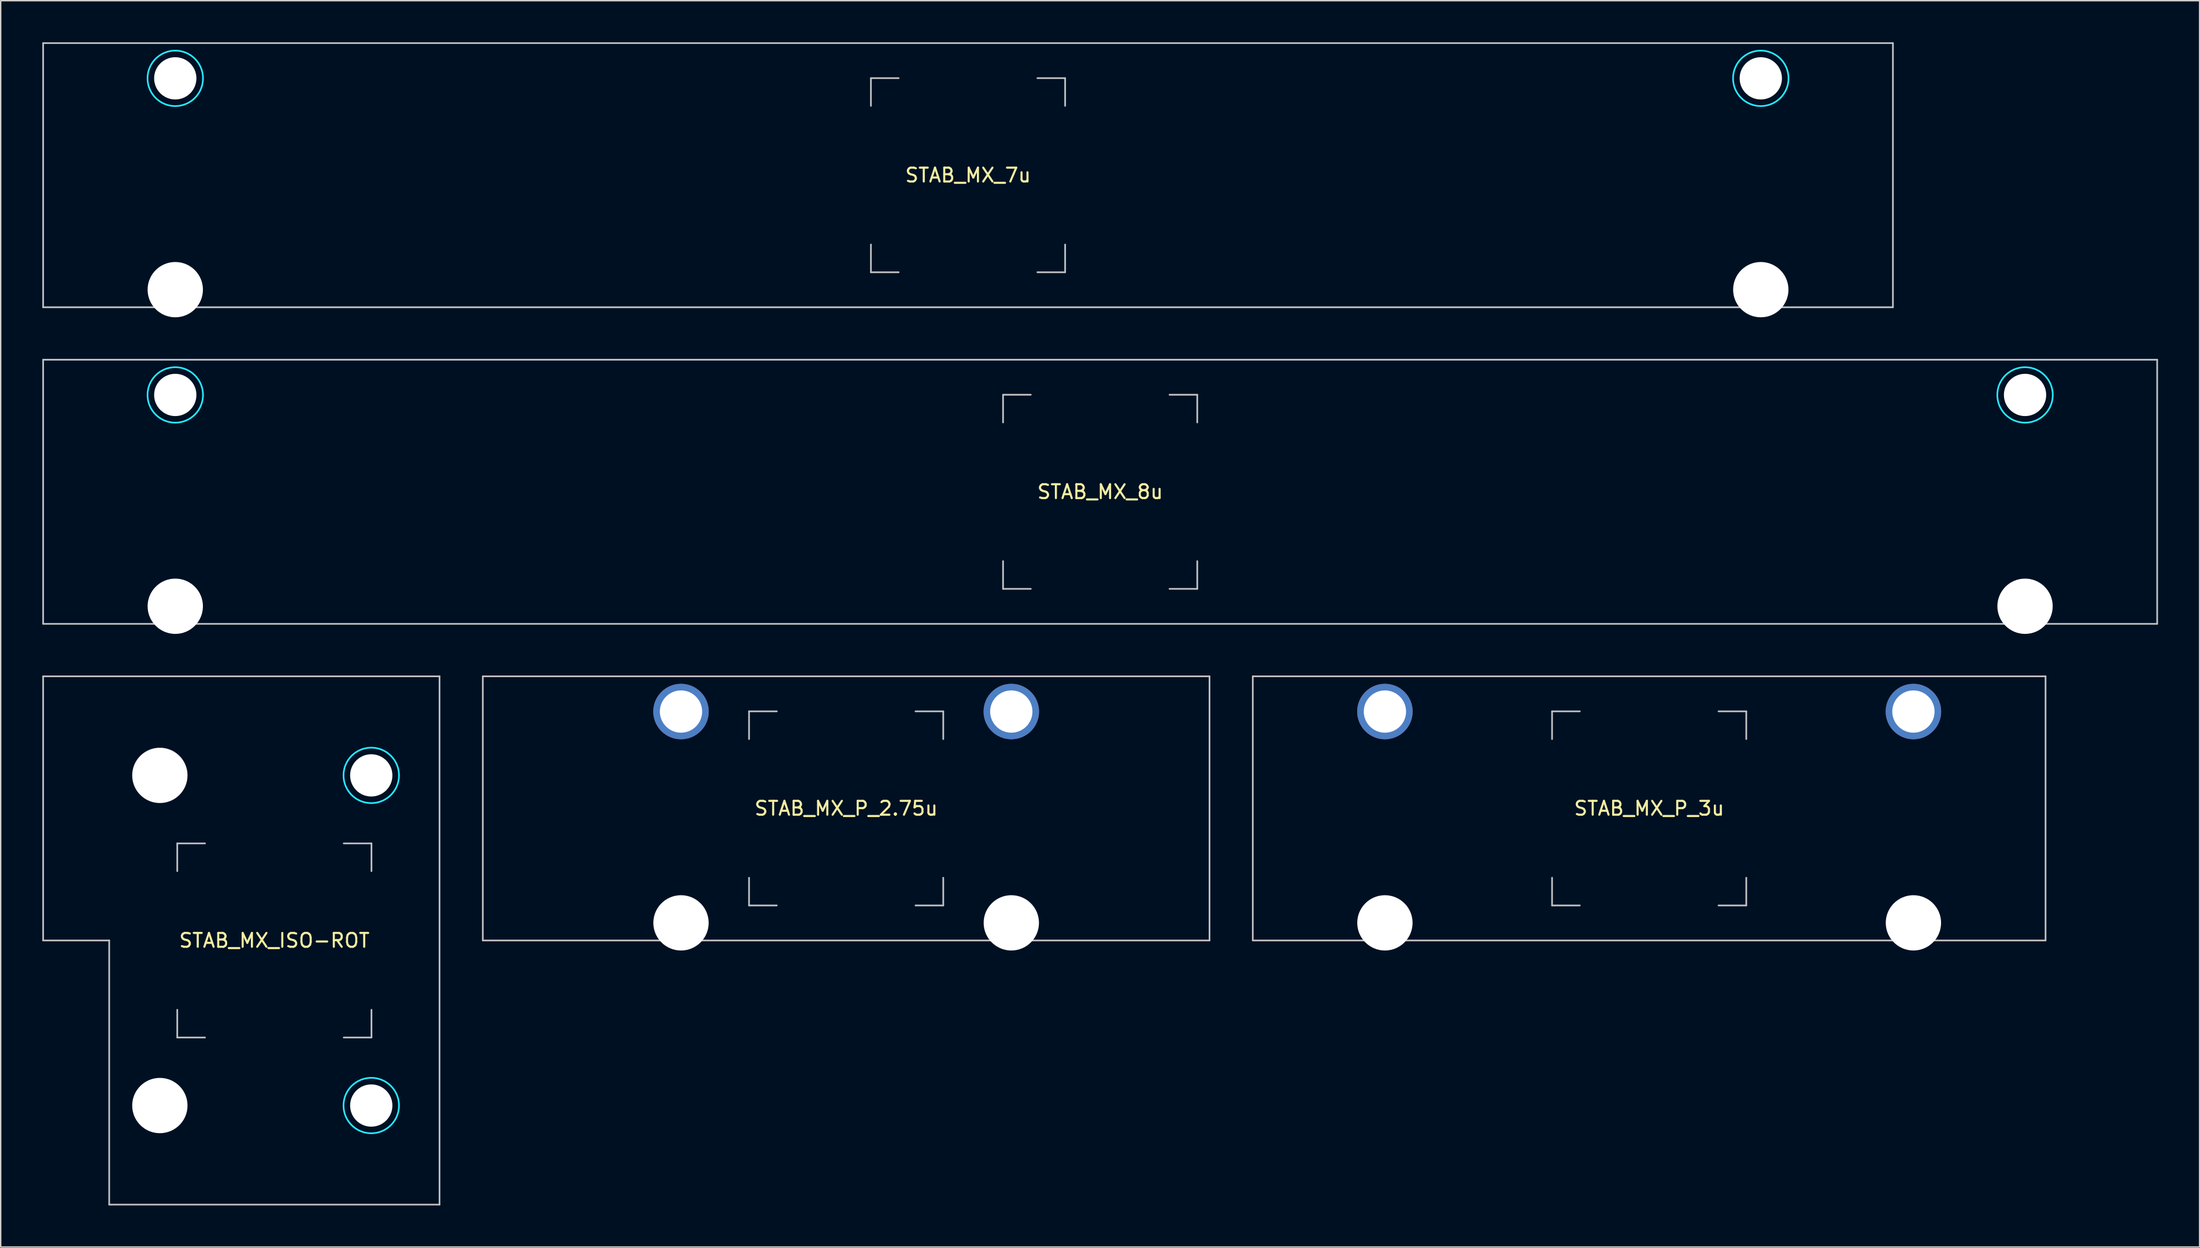
<source format=kicad_pcb>
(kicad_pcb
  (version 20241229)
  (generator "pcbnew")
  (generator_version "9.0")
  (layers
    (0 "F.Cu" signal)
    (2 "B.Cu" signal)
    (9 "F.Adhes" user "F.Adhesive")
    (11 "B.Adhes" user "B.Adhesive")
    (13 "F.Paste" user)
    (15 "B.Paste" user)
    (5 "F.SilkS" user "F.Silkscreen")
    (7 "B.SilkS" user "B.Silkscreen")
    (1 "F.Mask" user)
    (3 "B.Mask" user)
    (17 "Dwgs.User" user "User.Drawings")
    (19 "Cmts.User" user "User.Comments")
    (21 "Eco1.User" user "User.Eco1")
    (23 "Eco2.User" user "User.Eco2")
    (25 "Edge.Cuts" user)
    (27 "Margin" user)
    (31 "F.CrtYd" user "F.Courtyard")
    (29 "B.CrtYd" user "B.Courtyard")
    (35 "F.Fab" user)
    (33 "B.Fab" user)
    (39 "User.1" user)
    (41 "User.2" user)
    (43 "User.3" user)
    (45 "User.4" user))
  (footprint "STAB_MX_P_3u"
    (layer "F.Cu")
    (at 115.838 55.253)
    (property "Reference" "STAB_MX_P_3u" (at 0 0 0) (layer "F.SilkS") (effects (font (size 1 1) (thickness 0.15))))
    (attr through_hole exclude_from_pos_files exclude_from_bom)
    (fp_line (start -28.575 -9.525) (end -28.575 9.525) (stroke (width 0.12) (type solid)) (layer "Dwgs.User"))
    (fp_line (start -28.575 -9.525) (end 28.575 -9.525) (stroke (width 0.12) (type solid)) (layer "Dwgs.User"))
    (fp_line (start -28.575 9.525) (end 28.575 9.525) (stroke (width 0.12) (type solid)) (layer "Dwgs.User"))
    (fp_line (start -7 -7) (end -5 -7) (stroke (width 0.12) (type solid)) (layer "Dwgs.User"))
    (fp_line (start -7 -5) (end -7 -7) (stroke (width 0.12) (type solid)) (layer "Dwgs.User"))
    (fp_line (start -7 7) (end -7 5) (stroke (width 0.12) (type solid)) (layer "Dwgs.User"))
    (fp_line (start -5 7) (end -7 7) (stroke (width 0.12) (type solid)) (layer "Dwgs.User"))
    (fp_line (start 5 -7) (end 7 -7) (stroke (width 0.12) (type solid)) (layer "Dwgs.User"))
    (fp_line (start 5 7) (end 7 7) (stroke (width 0.12) (type solid)) (layer "Dwgs.User"))
    (fp_line (start 7 -7) (end 7 -5) (stroke (width 0.12) (type solid)) (layer "Dwgs.User"))
    (fp_line (start 7 7) (end 7 5) (stroke (width 0.12) (type solid)) (layer "Dwgs.User"))
    (fp_line (start 28.575 -9.525) (end 28.575 9.525) (stroke (width 0.12) (type solid)) (layer "Dwgs.User"))
    (fp_line (start -22.425 -5.5) (end -22.425 7.5) (stroke (width 0.05) (type solid)) (layer "Eco2.User"))
    (fp_line (start -21.925 -6) (end -16.175 -6) (stroke (width 0.05) (type solid)) (layer "Eco2.User"))
    (fp_line (start -21.925 8) (end -16.175 8) (stroke (width 0.05) (type solid)) (layer "Eco2.User"))
    (fp_line (start -15.675 -5.5) (end -15.675 7.5) (stroke (width 0.05) (type solid)) (layer "Eco2.User"))
    (fp_line (start 15.675 -5.5) (end 15.675 7.5) (stroke (width 0.05) (type solid)) (layer "Eco2.User"))
    (fp_line (start 16.175 -6) (end 21.924 -6) (stroke (width 0.05) (type solid)) (layer "Eco2.User"))
    (fp_line (start 16.175 8) (end 21.925 8) (stroke (width 0.05) (type solid)) (layer "Eco2.User"))
    (fp_line (start 22.424 -5.5) (end 22.425 7.5) (stroke (width 0.05) (type solid)) (layer "Eco2.User"))
    (fp_arc (start -22.425 -5.499999) (mid -22.278553 -5.853552) (end -21.925 -5.999999) (stroke (width 0.05) (type solid)) (layer "Eco2.User"))
    (fp_arc (start -21.925 8.000001) (mid -22.278553 7.853554) (end -22.425 7.500001) (stroke (width 0.05) (type solid)) (layer "Eco2.User"))
    (fp_arc (start -16.175 -5.999999) (mid -15.821447 -5.853552) (end -15.675 -5.499999) (stroke (width 0.05) (type solid)) (layer "Eco2.User"))
    (fp_arc (start -15.675 7.500001) (mid -15.821447 7.853554) (end -16.175 8.000001) (stroke (width 0.05) (type solid)) (layer "Eco2.User"))
    (fp_arc (start 15.675 -5.499999) (mid 15.821447 -5.853552) (end 16.175 -5.999999) (stroke (width 0.05) (type solid)) (layer "Eco2.User"))
    (fp_arc (start 16.175 8.000001) (mid 15.821447 7.853554) (end 15.675 7.500001) (stroke (width 0.05) (type solid)) (layer "Eco2.User"))
    (fp_arc (start 21.923789 -5.999999) (mid 22.277342 -5.853552) (end 22.423789 -5.499999) (stroke (width 0.05) (type solid)) (layer "Eco2.User"))
    (fp_arc (start 22.425 7.500001) (mid 22.278553 7.853554) (end 21.925 8.000001) (stroke (width 0.05) (type solid)) (layer "Eco2.User"))
    (pad "" thru_hole circle (at -19.05 -6.985) (size 4 4) (drill 3.048) (layers "*.Cu" "B.Mask"))
    (pad "" np_thru_hole circle (at -19.05 8.255) (size 3.988 3.988) (drill 3.988) (layers "*.Cu" "*.Mask"))
    (pad "" thru_hole circle (at 19.05 -6.985) (size 4 4) (drill 3.048) (layers "*.Cu" "B.Mask"))
    (pad "" np_thru_hole circle (at 19.05 8.255) (size 3.988 3.988) (drill 3.988) (layers "*.Cu" "*.Mask")))
  (footprint "STAB_MX_P_2.75u"
    (layer "F.Cu")
    (at 57.949 55.253)
    (property "Reference" "STAB_MX_P_2.75u" (at 0 0 0) (layer "F.SilkS") (effects (font (size 1 1) (thickness 0.15))))
    (attr through_hole exclude_from_pos_files exclude_from_bom)
    (fp_line (start -26.194 -9.525) (end -26.194 9.525) (stroke (width 0.12) (type solid)) (layer "Dwgs.User"))
    (fp_line (start -26.194 -9.525) (end 26.194 -9.525) (stroke (width 0.12) (type solid)) (layer "Dwgs.User"))
    (fp_line (start -26.194 9.525) (end 26.194 9.525) (stroke (width 0.12) (type solid)) (layer "Dwgs.User"))
    (fp_line (start -7 -7) (end -5 -7) (stroke (width 0.12) (type solid)) (layer "Dwgs.User"))
    (fp_line (start -7 -5) (end -7 -7) (stroke (width 0.12) (type solid)) (layer "Dwgs.User"))
    (fp_line (start -7 7) (end -7 5) (stroke (width 0.12) (type solid)) (layer "Dwgs.User"))
    (fp_line (start -5 7) (end -7 7) (stroke (width 0.12) (type solid)) (layer "Dwgs.User"))
    (fp_line (start 5 -7) (end 7 -7) (stroke (width 0.12) (type solid)) (layer "Dwgs.User"))
    (fp_line (start 5 7) (end 7 7) (stroke (width 0.12) (type solid)) (layer "Dwgs.User"))
    (fp_line (start 7 -7) (end 7 -5) (stroke (width 0.12) (type solid)) (layer "Dwgs.User"))
    (fp_line (start 7 7) (end 7 5) (stroke (width 0.12) (type solid)) (layer "Dwgs.User"))
    (fp_line (start 26.194 -9.525) (end 26.194 9.525) (stroke (width 0.12) (type solid)) (layer "Dwgs.User"))
    (fp_line (start -15.281 -5.5) (end -15.281 7.5) (stroke (width 0.05) (type solid)) (layer "Eco2.User"))
    (fp_line (start -14.781 -6) (end -9.031 -6) (stroke (width 0.05) (type solid)) (layer "Eco2.User"))
    (fp_line (start -14.781 8) (end -9.031 8) (stroke (width 0.05) (type solid)) (layer "Eco2.User"))
    (fp_line (start -8.531 -5.5) (end -8.531 7.5) (stroke (width 0.05) (type solid)) (layer "Eco2.User"))
    (fp_line (start 8.531 -5.5) (end 8.531 7.5) (stroke (width 0.05) (type solid)) (layer "Eco2.User"))
    (fp_line (start 9.031 -6) (end 14.78 -6) (stroke (width 0.05) (type solid)) (layer "Eco2.User"))
    (fp_line (start 9.031 8) (end 14.781 8) (stroke (width 0.05) (type solid)) (layer "Eco2.User"))
    (fp_line (start 15.28 -5.5) (end 15.281 7.5) (stroke (width 0.05) (type solid)) (layer "Eco2.User"))
    (fp_arc (start -15.28125 -5.499999) (mid -15.134803 -5.853552) (end -14.78125 -5.999999) (stroke (width 0.05) (type solid)) (layer "Eco2.User"))
    (fp_arc (start -14.78125 8.000001) (mid -15.134803 7.853554) (end -15.28125 7.500001) (stroke (width 0.05) (type solid)) (layer "Eco2.User"))
    (fp_arc (start -9.03125 -5.999999) (mid -8.677697 -5.853552) (end -8.53125 -5.499999) (stroke (width 0.05) (type solid)) (layer "Eco2.User"))
    (fp_arc (start -8.53125 7.500001) (mid -8.677697 7.853554) (end -9.03125 8.000001) (stroke (width 0.05) (type solid)) (layer "Eco2.User"))
    (fp_arc (start 8.53125 -5.499999) (mid 8.677697 -5.853552) (end 9.03125 -5.999999) (stroke (width 0.05) (type solid)) (layer "Eco2.User"))
    (fp_arc (start 9.03125 8.000001) (mid 8.677697 7.853554) (end 8.53125 7.500001) (stroke (width 0.05) (type solid)) (layer "Eco2.User"))
    (fp_arc (start 14.780039 -5.999999) (mid 15.133592 -5.853552) (end 15.280039 -5.499999) (stroke (width 0.05) (type solid)) (layer "Eco2.User"))
    (fp_arc (start 15.28125 7.500001) (mid 15.134803 7.853554) (end 14.78125 8.000001) (stroke (width 0.05) (type solid)) (layer "Eco2.User"))
    (pad "" thru_hole circle (at -11.906 -6.985) (size 4 4) (drill 3.048) (layers "*.Cu" "B.Mask"))
    (pad "" np_thru_hole circle (at -11.906 8.255) (size 3.988 3.988) (drill 3.988) (layers "*.Cu" "*.Mask"))
    (pad "" thru_hole circle (at 11.906 -6.985) (size 4 4) (drill 3.048) (layers "*.Cu" "B.Mask"))
    (pad "" np_thru_hole circle (at 11.906 8.255) (size 3.988 3.988) (drill 3.988) (layers "*.Cu" "*.Mask")))
  (footprint "STAB_MX_ISO-ROT"
    (layer "F.Cu")
    (at 16.729 64.778)
    (property "Reference" "STAB_MX_ISO-ROT" (at 0 0 0) (layer "F.SilkS") (effects (font (size 1 1) (thickness 0.15))))
    (attr through_hole exclude_from_pos_files exclude_from_bom)
    (fp_line (start -16.669 -19.05) (end -16.669 0) (stroke (width 0.12) (type solid)) (layer "Dwgs.User"))
    (fp_line (start -16.669 0) (end -11.906 0) (stroke (width 0.12) (type solid)) (layer "Dwgs.User"))
    (fp_line (start -11.906 0) (end -11.906 19.05) (stroke (width 0.12) (type solid)) (layer "Dwgs.User"))
    (fp_line (start -11.906 19.05) (end 11.906 19.05) (stroke (width 0.12) (type solid)) (layer "Dwgs.User"))
    (fp_line (start -7 -7) (end -5 -7) (stroke (width 0.12) (type solid)) (layer "Dwgs.User"))
    (fp_line (start -7 -5) (end -7 -7) (stroke (width 0.12) (type solid)) (layer "Dwgs.User"))
    (fp_line (start -7 7) (end -7 5) (stroke (width 0.12) (type solid)) (layer "Dwgs.User"))
    (fp_line (start -5 7) (end -7 7) (stroke (width 0.12) (type solid)) (layer "Dwgs.User"))
    (fp_line (start 7 -7) (end 5 -7) (stroke (width 0.12) (type solid)) (layer "Dwgs.User"))
    (fp_line (start 7 -5) (end 7 -7) (stroke (width 0.12) (type solid)) (layer "Dwgs.User"))
    (fp_line (start 7 5) (end 7 7) (stroke (width 0.12) (type solid)) (layer "Dwgs.User"))
    (fp_line (start 7 7) (end 5 7) (stroke (width 0.12) (type solid)) (layer "Dwgs.User"))
    (fp_line (start 11.906 -19.05) (end -16.669 -19.05) (stroke (width 0.12) (type solid)) (layer "Dwgs.User"))
    (fp_line (start 11.906 19.05) (end 11.906 -19.05) (stroke (width 0.12) (type solid)) (layer "Dwgs.User"))
    (fp_line (start -8 -14.781) (end -8 -9.031) (stroke (width 0.05) (type solid)) (layer "Eco2.User"))
    (fp_line (start -8 9.031) (end -8 14.781) (stroke (width 0.05) (type solid)) (layer "Eco2.User"))
    (fp_line (start 5.5 -15.281) (end -7.5 -15.281) (stroke (width 0.05) (type solid)) (layer "Eco2.User"))
    (fp_line (start 5.5 -8.531) (end -7.5 -8.531) (stroke (width 0.05) (type solid)) (layer "Eco2.User"))
    (fp_line (start 5.5 8.531) (end -7.5 8.531) (stroke (width 0.05) (type solid)) (layer "Eco2.User"))
    (fp_line (start 5.5 15.28) (end -7.5 15.281) (stroke (width 0.05) (type solid)) (layer "Eco2.User"))
    (fp_line (start 6 -14.781) (end 6 -9.031) (stroke (width 0.05) (type solid)) (layer "Eco2.User"))
    (fp_line (start 6 9.031) (end 6 14.78) (stroke (width 0.05) (type solid)) (layer "Eco2.User"))
    (fp_arc (start -8.000001 -14.78125) (mid -7.853554 -15.134803) (end -7.500001 -15.28125) (stroke (width 0.05) (type solid)) (layer "Eco2.User"))
    (fp_arc (start -8.000001 9.03125) (mid -7.853554 8.677697) (end -7.500001 8.53125) (stroke (width 0.05) (type solid)) (layer "Eco2.User"))
    (fp_arc (start -7.500001 -8.53125) (mid -7.853554 -8.677697) (end -8.000001 -9.03125) (stroke (width 0.05) (type solid)) (layer "Eco2.User"))
    (fp_arc (start -7.500001 15.28125) (mid -7.853554 15.134803) (end -8.000001 14.78125) (stroke (width 0.05) (type solid)) (layer "Eco2.User"))
    (fp_arc (start 5.499999 -15.28125) (mid 5.853552 -15.134803) (end 5.999999 -14.78125) (stroke (width 0.05) (type solid)) (layer "Eco2.User"))
    (fp_arc (start 5.499999 8.53125) (mid 5.853552 8.677697) (end 5.999999 9.03125) (stroke (width 0.05) (type solid)) (layer "Eco2.User"))
    (fp_arc (start 5.999999 -9.03125) (mid 5.853552 -8.677697) (end 5.499999 -8.53125) (stroke (width 0.05) (type solid)) (layer "Eco2.User"))
    (fp_arc (start 5.999999 14.780039) (mid 5.853552 15.133592) (end 5.499999 15.280039) (stroke (width 0.05) (type solid)) (layer "Eco2.User"))
    (fp_circle (center 6.985 -11.906) (end 8.985 -11.906) (stroke (width 0.12) (type solid)) (fill no) (layer "B.CrtYd"))
    (fp_circle (center 6.985 11.906) (end 8.985 11.906) (stroke (width 0.12) (type solid)) (fill no) (layer "B.CrtYd"))
    (pad "" np_thru_hole circle (at -8.255 -11.906 270) (size 3.988 3.988) (drill 3.988) (layers "*.Cu" "*.Mask"))
    (pad "" np_thru_hole circle (at -8.255 11.906 270) (size 3.988 3.988) (drill 3.988) (layers "*.Cu" "*.Mask"))
    (pad "" np_thru_hole circle (at 6.985 -11.906 270) (size 3.048 3.048) (drill 3.048) (layers "*.Cu" "*.Mask"))
    (pad "" np_thru_hole circle (at 6.985 11.906 270) (size 3.048 3.048) (drill 3.048) (layers "*.Cu" "*.Mask")))
  (footprint "STAB_MX_8u"
    (layer "F.Cu")
    (at 76.26 32.419)
    (property "Reference" "STAB_MX_8u" (at 0 0 0) (layer "F.SilkS") (effects (font (size 1 1) (thickness 0.15))))
    (attr through_hole exclude_from_pos_files exclude_from_bom)
    (fp_line (start -76.2 -9.525) (end -76.2 9.525) (stroke (width 0.12) (type solid)) (layer "Dwgs.User"))
    (fp_line (start -76.2 -9.525) (end 76.2 -9.525) (stroke (width 0.12) (type solid)) (layer "Dwgs.User"))
    (fp_line (start -7 -7) (end -5 -7) (stroke (width 0.12) (type solid)) (layer "Dwgs.User"))
    (fp_line (start -7 -5) (end -7 -7) (stroke (width 0.12) (type solid)) (layer "Dwgs.User"))
    (fp_line (start -7 7) (end -7 5) (stroke (width 0.12) (type solid)) (layer "Dwgs.User"))
    (fp_line (start -5 7) (end -7 7) (stroke (width 0.12) (type solid)) (layer "Dwgs.User"))
    (fp_line (start 5 -7) (end 7 -7) (stroke (width 0.12) (type solid)) (layer "Dwgs.User"))
    (fp_line (start 5 7) (end 7 7) (stroke (width 0.12) (type solid)) (layer "Dwgs.User"))
    (fp_line (start 7 -7) (end 7 -5) (stroke (width 0.12) (type solid)) (layer "Dwgs.User"))
    (fp_line (start 7 7) (end 7 5) (stroke (width 0.12) (type solid)) (layer "Dwgs.User"))
    (fp_line (start 76.2 -9.525) (end 76.2 9.525) (stroke (width 0.12) (type solid)) (layer "Dwgs.User"))
    (fp_line (start 76.2 9.525) (end -76.2 9.525) (stroke (width 0.12) (type solid)) (layer "Dwgs.User"))
    (fp_line (start -70.05 -5.5) (end -70.05 7.5) (stroke (width 0.05) (type solid)) (layer "Eco2.User"))
    (fp_line (start -69.55 -6) (end -63.801 -6) (stroke (width 0.05) (type solid)) (layer "Eco2.User"))
    (fp_line (start -69.55 8) (end -63.8 8) (stroke (width 0.05) (type solid)) (layer "Eco2.User"))
    (fp_line (start -63.301 -5.5) (end -63.3 7.5) (stroke (width 0.05) (type solid)) (layer "Eco2.User"))
    (fp_line (start 63.3 -5.5) (end 63.3 7.5) (stroke (width 0.05) (type solid)) (layer "Eco2.User"))
    (fp_line (start 63.8 -6) (end 69.549 -6) (stroke (width 0.05) (type solid)) (layer "Eco2.User"))
    (fp_line (start 63.8 8) (end 69.55 8) (stroke (width 0.05) (type solid)) (layer "Eco2.User"))
    (fp_line (start 70.049 -5.5) (end 70.05 7.5) (stroke (width 0.05) (type solid)) (layer "Eco2.User"))
    (fp_arc (start -70.05 -5.499999) (mid -69.903554 -5.853553) (end -69.55 -5.999999) (stroke (width 0.05) (type solid)) (layer "Eco2.User"))
    (fp_arc (start -69.55 8.000001) (mid -69.903554 7.853554) (end -70.05 7.500001) (stroke (width 0.05) (type solid)) (layer "Eco2.User"))
    (fp_arc (start -63.801211 -5.999999) (mid -63.447651 -5.853556) (end -63.301211 -5.499999) (stroke (width 0.05) (type solid)) (layer "Eco2.User"))
    (fp_arc (start -63.3 7.500001) (mid -63.446447 7.853554) (end -63.8 8.000001) (stroke (width 0.05) (type solid)) (layer "Eco2.User"))
    (fp_arc (start 63.3 -5.499999) (mid 63.446446 -5.853553) (end 63.8 -5.999999) (stroke (width 0.05) (type solid)) (layer "Eco2.User"))
    (fp_arc (start 63.8 8.000001) (mid 63.446446 7.853554) (end 63.3 7.500001) (stroke (width 0.05) (type solid)) (layer "Eco2.User"))
    (fp_arc (start 69.548789 -5.999999) (mid 69.902349 -5.853556) (end 70.048789 -5.499999) (stroke (width 0.05) (type solid)) (layer "Eco2.User"))
    (fp_arc (start 70.05 7.500001) (mid 69.903553 7.853554) (end 69.55 8.000001) (stroke (width 0.05) (type solid)) (layer "Eco2.User"))
    (fp_circle (center -66.675 -6.985) (end -64.675 -6.985) (stroke (width 0.12) (type solid)) (fill no) (layer "B.CrtYd"))
    (fp_circle (center 66.675 -6.985) (end 68.675 -6.985) (stroke (width 0.12) (type solid)) (fill no) (layer "B.CrtYd"))
    (pad "" np_thru_hole circle (at -66.675 -6.985) (size 3.048 3.048) (drill 3.048) (layers "*.Cu" "*.Mask"))
    (pad "" np_thru_hole circle (at -66.675 8.255) (size 3.988 3.988) (drill 3.988) (layers "*.Cu" "*.Mask"))
    (pad "" np_thru_hole circle (at 66.675 -6.985) (size 3.048 3.048) (drill 3.048) (layers "*.Cu" "*.Mask"))
    (pad "" np_thru_hole circle (at 66.675 8.255) (size 3.988 3.988) (drill 3.988) (layers "*.Cu" "*.Mask")))
  (footprint "STAB_MX_7u"
    (layer "F.Cu")
    (at 66.735 9.585)
    (property "Reference" "STAB_MX_7u" (at 0 0 0) (layer "F.SilkS") (effects (font (size 1 1) (thickness 0.15))))
    (attr through_hole exclude_from_pos_files exclude_from_bom)
    (fp_line (start -66.675 -9.525) (end -66.675 9.525) (stroke (width 0.12) (type solid)) (layer "Dwgs.User"))
    (fp_line (start -66.675 -9.525) (end 66.675 -9.525) (stroke (width 0.12) (type solid)) (layer "Dwgs.User"))
    (fp_line (start -66.675 9.525) (end 66.675 9.525) (stroke (width 0.12) (type solid)) (layer "Dwgs.User"))
    (fp_line (start -7 -7) (end -5 -7) (stroke (width 0.12) (type solid)) (layer "Dwgs.User"))
    (fp_line (start -7 -5) (end -7 -7) (stroke (width 0.12) (type solid)) (layer "Dwgs.User"))
    (fp_line (start -7 7) (end -7 5) (stroke (width 0.12) (type solid)) (layer "Dwgs.User"))
    (fp_line (start -5 7) (end -7 7) (stroke (width 0.12) (type solid)) (layer "Dwgs.User"))
    (fp_line (start 5 -7) (end 7 -7) (stroke (width 0.12) (type solid)) (layer "Dwgs.User"))
    (fp_line (start 5 7) (end 7 7) (stroke (width 0.12) (type solid)) (layer "Dwgs.User"))
    (fp_line (start 7 -7) (end 7 -5) (stroke (width 0.12) (type solid)) (layer "Dwgs.User"))
    (fp_line (start 7 7) (end 7 5) (stroke (width 0.12) (type solid)) (layer "Dwgs.User"))
    (fp_line (start 66.675 -9.525) (end 66.675 9.525) (stroke (width 0.12) (type solid)) (layer "Dwgs.User"))
    (fp_line (start -60.525 -5.5) (end -60.525 7.5) (stroke (width 0.05) (type solid)) (layer "Eco2.User"))
    (fp_line (start -60.025 -6) (end -54.275 -6) (stroke (width 0.05) (type solid)) (layer "Eco2.User"))
    (fp_line (start -60.025 8) (end -54.275 8) (stroke (width 0.05) (type solid)) (layer "Eco2.User"))
    (fp_line (start -53.775 -5.5) (end -53.775 7.5) (stroke (width 0.05) (type solid)) (layer "Eco2.User"))
    (fp_line (start 53.775 -5.5) (end 53.775 7.5) (stroke (width 0.05) (type solid)) (layer "Eco2.User"))
    (fp_line (start 54.275 -6) (end 60.024 -6) (stroke (width 0.05) (type solid)) (layer "Eco2.User"))
    (fp_line (start 54.275 8) (end 60.025 8) (stroke (width 0.05) (type solid)) (layer "Eco2.User"))
    (fp_line (start 60.524 -5.5) (end 60.525 7.5) (stroke (width 0.05) (type solid)) (layer "Eco2.User"))
    (fp_arc (start -60.525 -5.499999) (mid -60.378553 -5.853552) (end -60.025 -5.999999) (stroke (width 0.05) (type solid)) (layer "Eco2.User"))
    (fp_arc (start -60.025 8.000001) (mid -60.378553 7.853554) (end -60.525 7.500001) (stroke (width 0.05) (type solid)) (layer "Eco2.User"))
    (fp_arc (start -54.275 -5.999999) (mid -53.921447 -5.853552) (end -53.775 -5.499999) (stroke (width 0.05) (type solid)) (layer "Eco2.User"))
    (fp_arc (start -53.775 7.500001) (mid -53.921447 7.853554) (end -54.275 8.000001) (stroke (width 0.05) (type solid)) (layer "Eco2.User"))
    (fp_arc (start 53.775 -5.499999) (mid 53.921447 -5.853552) (end 54.275 -5.999999) (stroke (width 0.05) (type solid)) (layer "Eco2.User"))
    (fp_arc (start 54.275 8.000001) (mid 53.921447 7.853554) (end 53.775 7.500001) (stroke (width 0.05) (type solid)) (layer "Eco2.User"))
    (fp_arc (start 60.023789 -5.999999) (mid 60.377342 -5.853552) (end 60.523789 -5.499999) (stroke (width 0.05) (type solid)) (layer "Eco2.User"))
    (fp_arc (start 60.525 7.500001) (mid 60.378553 7.853554) (end 60.025 8.000001) (stroke (width 0.05) (type solid)) (layer "Eco2.User"))
    (fp_circle (center -57.15 -6.985) (end -55.15 -6.985) (stroke (width 0.12) (type solid)) (fill no) (layer "B.CrtYd"))
    (fp_circle (center 57.15 -6.985) (end 59.15 -6.985) (stroke (width 0.12) (type solid)) (fill no) (layer "B.CrtYd"))
    (pad "" np_thru_hole circle (at -57.15 -6.985) (size 3.048 3.048) (drill 3.048) (layers "*.Cu" "*.Mask"))
    (pad "" np_thru_hole circle (at -57.15 8.255) (size 3.988 3.988) (drill 3.988) (layers "*.Cu" "*.Mask"))
    (pad "" np_thru_hole circle (at 57.15 -6.985) (size 3.048 3.048) (drill 3.048) (layers "*.Cu" "*.Mask"))
    (pad "" np_thru_hole circle (at 57.15 8.255) (size 3.988 3.988) (drill 3.988) (layers "*.Cu" "*.Mask")))
  (gr_rect
    (start -3 -3)
    (end 155.52 86.888)
    (stroke (width 0.1) (type default))
    (fill no)
    (layer "Edge.Cuts")))
</source>
